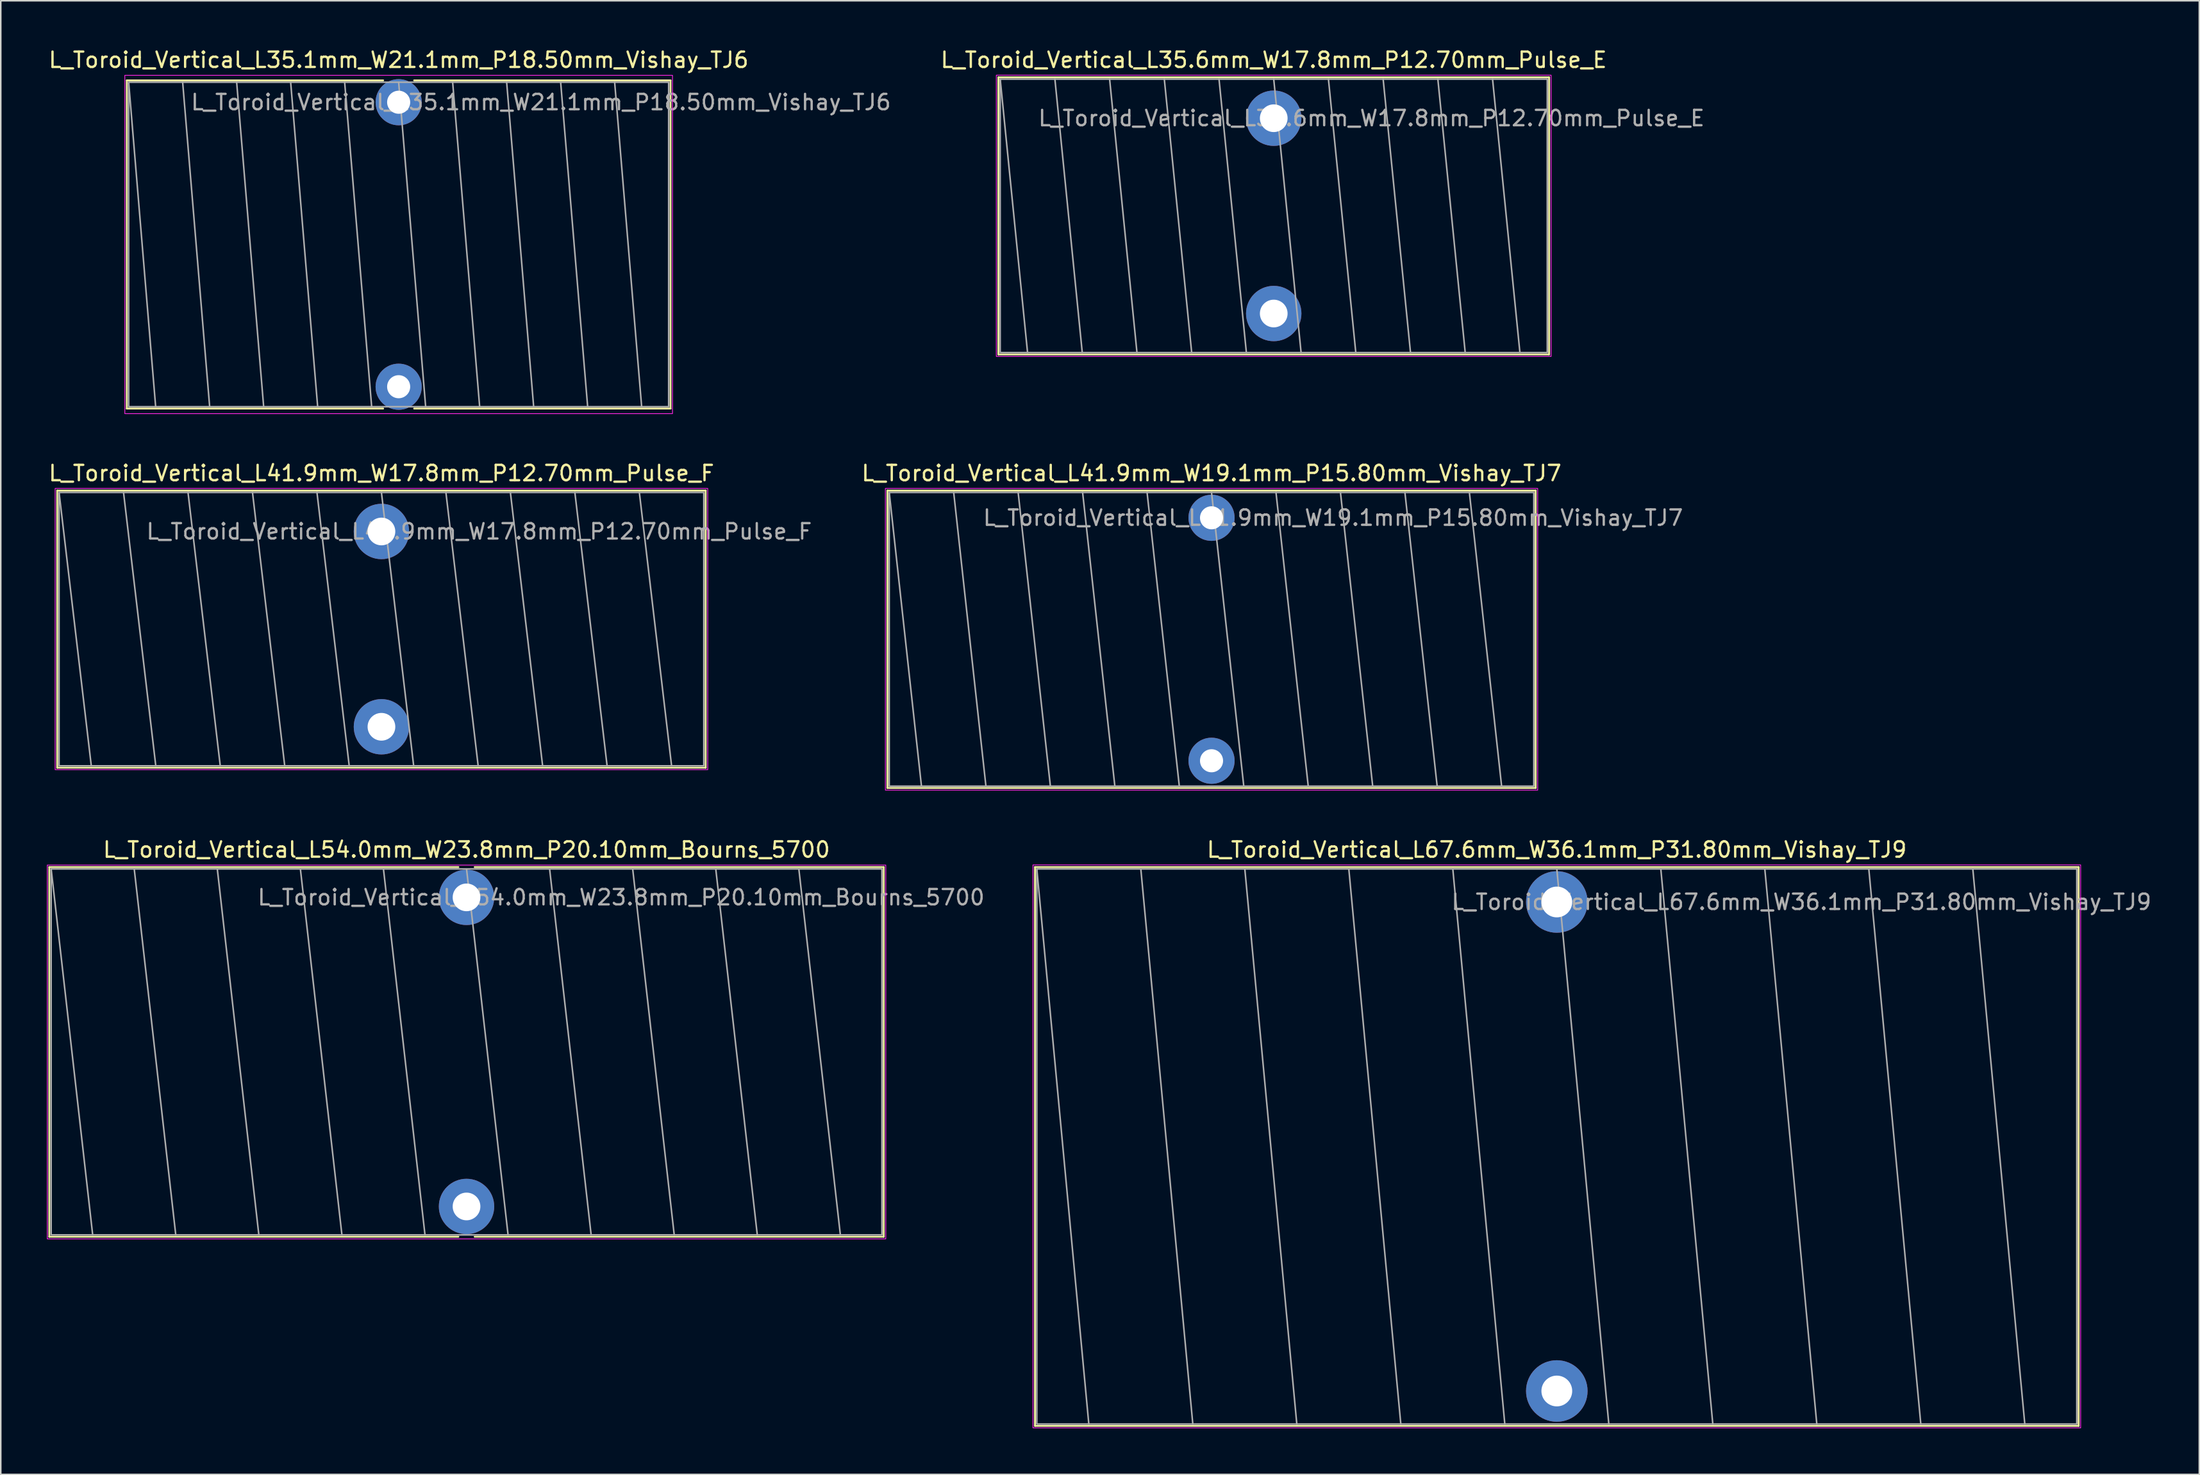
<source format=kicad_pcb>
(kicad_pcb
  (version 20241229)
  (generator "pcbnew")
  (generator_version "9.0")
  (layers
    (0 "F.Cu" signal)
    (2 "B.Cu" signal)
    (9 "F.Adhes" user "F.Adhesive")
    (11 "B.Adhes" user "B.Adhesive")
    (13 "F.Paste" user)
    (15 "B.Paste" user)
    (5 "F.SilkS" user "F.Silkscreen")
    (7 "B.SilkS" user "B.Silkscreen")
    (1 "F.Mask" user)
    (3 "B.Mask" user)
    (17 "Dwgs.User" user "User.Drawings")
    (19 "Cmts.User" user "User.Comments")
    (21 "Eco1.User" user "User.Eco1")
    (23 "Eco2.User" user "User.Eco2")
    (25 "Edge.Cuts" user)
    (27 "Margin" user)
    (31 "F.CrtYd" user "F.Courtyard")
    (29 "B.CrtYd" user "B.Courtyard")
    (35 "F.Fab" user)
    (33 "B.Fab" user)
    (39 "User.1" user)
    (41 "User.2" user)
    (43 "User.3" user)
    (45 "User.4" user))
  (footprint "L_Toroid_Vertical_L35.1mm_W21.1mm_P18.50mm_Vishay_TJ6"
    (layer "F.Cu")
    (at 22.863 3.598)
    (property "Reference" "L_Toroid_Vertical_L35.1mm_W21.1mm_P18.50mm_Vishay_TJ6" (at 0 -2.75 0) (layer "F.SilkS") (effects (font (size 1 1) (thickness 0.15))))
    (attr through_hole)
    (fp_line (start -17.67 -1.42) (end -1.006 -1.42) (stroke (width 0.12) (type solid)) (layer "F.SilkS"))
    (fp_line (start -17.67 19.92) (end -17.67 -1.42) (stroke (width 0.12) (type solid)) (layer "F.SilkS"))
    (fp_line (start -1.006 19.92) (end -17.67 19.92) (stroke (width 0.12) (type solid)) (layer "F.SilkS"))
    (fp_line (start 1.006 -1.42) (end 17.67 -1.42) (stroke (width 0.12) (type solid)) (layer "F.SilkS"))
    (fp_line (start 17.67 -1.42) (end 17.67 19.92) (stroke (width 0.12) (type solid)) (layer "F.SilkS"))
    (fp_line (start 17.67 19.92) (end 1.006 19.92) (stroke (width 0.12) (type solid)) (layer "F.SilkS"))
    (fp_rect (start -17.8 -1.75) (end 17.8 20.25) (stroke (width 0.05) (type solid)) (fill no) (layer "F.CrtYd"))
    (fp_line (start -17.55 -1.3) (end -15.795 19.8) (stroke (width 0.1) (type solid)) (layer "F.Fab"))
    (fp_line (start -14.04 -1.3) (end -12.285 19.8) (stroke (width 0.1) (type solid)) (layer "F.Fab"))
    (fp_line (start -10.53 -1.3) (end -8.775 19.8) (stroke (width 0.1) (type solid)) (layer "F.Fab"))
    (fp_line (start -7.02 -1.3) (end -5.265 19.8) (stroke (width 0.1) (type solid)) (layer "F.Fab"))
    (fp_line (start -3.51 -1.3) (end -1.755 19.8) (stroke (width 0.1) (type solid)) (layer "F.Fab"))
    (fp_line (start 0 -1.3) (end 1.755 19.8) (stroke (width 0.1) (type solid)) (layer "F.Fab"))
    (fp_line (start 3.51 -1.3) (end 5.265 19.8) (stroke (width 0.1) (type solid)) (layer "F.Fab"))
    (fp_line (start 7.02 -1.3) (end 8.775 19.8) (stroke (width 0.1) (type solid)) (layer "F.Fab"))
    (fp_line (start 10.53 -1.3) (end 12.285 19.8) (stroke (width 0.1) (type solid)) (layer "F.Fab"))
    (fp_line (start 14.04 -1.3) (end 15.795 19.8) (stroke (width 0.1) (type solid)) (layer "F.Fab"))
    (fp_rect (start -17.55 -1.3) (end 17.55 19.8) (stroke (width 0.1) (type solid)) (fill no) (layer "F.Fab"))
    (fp_text user "${REFERENCE}" (at 9.25 0 0) (layer "F.Fab") (effects (font (size 1 1) (thickness 0.15))))
    (pad "1" thru_hole circle (at 0 0) (size 3 3) (drill 1.5) (layers "*.Cu" "*.Mask"))
    (pad "2" thru_hole circle (at 0 18.5) (size 3 3) (drill 1.5) (layers "*.Cu" "*.Mask")))
  (footprint "L_Toroid_Vertical_L41.9mm_W17.8mm_P12.70mm_Pulse_F"
    (layer "F.Cu")
    (at 21.744 31.512)
    (property "Reference" "L_Toroid_Vertical_L41.9mm_W17.8mm_P12.70mm_Pulse_F" (at 0 -3.79 0) (layer "F.SilkS") (effects (font (size 1 1) (thickness 0.15))))
    (attr through_hole)
    (fp_line (start -21.075 -2.66) (end 21.075 -2.66) (stroke (width 0.12) (type solid)) (layer "F.SilkS"))
    (fp_line (start -21.075 15.36) (end -21.075 -2.66) (stroke (width 0.12) (type solid)) (layer "F.SilkS"))
    (fp_line (start 21.075 -2.66) (end 21.075 15.36) (stroke (width 0.12) (type solid)) (layer "F.SilkS"))
    (fp_line (start 21.075 15.36) (end -21.075 15.36) (stroke (width 0.12) (type solid)) (layer "F.SilkS"))
    (fp_rect (start -21.21 -2.8) (end 21.21 15.49) (stroke (width 0.05) (type solid)) (fill no) (layer "F.CrtYd"))
    (fp_line (start -20.955 -2.54) (end -18.86 15.24) (stroke (width 0.1) (type solid)) (layer "F.Fab"))
    (fp_line (start -16.764 -2.54) (end -14.668 15.24) (stroke (width 0.1) (type solid)) (layer "F.Fab"))
    (fp_line (start -12.573 -2.54) (end -10.477 15.24) (stroke (width 0.1) (type solid)) (layer "F.Fab"))
    (fp_line (start -8.382 -2.54) (end -6.287 15.24) (stroke (width 0.1) (type solid)) (layer "F.Fab"))
    (fp_line (start -4.191 -2.54) (end -2.095 15.24) (stroke (width 0.1) (type solid)) (layer "F.Fab"))
    (fp_line (start 0 -2.54) (end 2.095 15.24) (stroke (width 0.1) (type solid)) (layer "F.Fab"))
    (fp_line (start 4.191 -2.54) (end 6.287 15.24) (stroke (width 0.1) (type solid)) (layer "F.Fab"))
    (fp_line (start 8.382 -2.54) (end 10.477 15.24) (stroke (width 0.1) (type solid)) (layer "F.Fab"))
    (fp_line (start 12.573 -2.54) (end 14.668 15.24) (stroke (width 0.1) (type solid)) (layer "F.Fab"))
    (fp_line (start 16.764 -2.54) (end 18.86 15.24) (stroke (width 0.1) (type solid)) (layer "F.Fab"))
    (fp_rect (start -20.955 -2.54) (end 20.955 15.24) (stroke (width 0.1) (type solid)) (fill no) (layer "F.Fab"))
    (fp_text user "${REFERENCE}" (at 6.35 0 0) (layer "F.Fab") (effects (font (size 1 1) (thickness 0.15))))
    (pad "1" thru_hole circle (at 0 0) (size 3.6 3.6) (drill 1.8) (layers "*.Cu" "*.Mask"))
    (pad "2" thru_hole circle (at 0 12.7) (size 3.6 3.6) (drill 1.8) (layers "*.Cu" "*.Mask")))
  (footprint "L_Toroid_Vertical_L67.6mm_W36.1mm_P31.80mm_Vishay_TJ9"
    (layer "F.Cu")
    (at 98.144 55.605)
    (property "Reference" "L_Toroid_Vertical_L67.6mm_W36.1mm_P31.80mm_Vishay_TJ9" (at 0 -3.4 0) (layer "F.SilkS") (effects (font (size 1 1) (thickness 0.15))))
    (attr through_hole)
    (fp_line (start -33.92 -2.27) (end 33.92 -2.27) (stroke (width 0.12) (type solid)) (layer "F.SilkS"))
    (fp_line (start -33.92 34.07) (end -33.92 -2.27) (stroke (width 0.12) (type solid)) (layer "F.SilkS"))
    (fp_line (start 33.92 -2.27) (end 33.92 34.07) (stroke (width 0.12) (type solid)) (layer "F.SilkS"))
    (fp_line (start 33.92 34.07) (end -33.92 34.07) (stroke (width 0.12) (type solid)) (layer "F.SilkS"))
    (fp_rect (start -34.05 -2.41) (end 34.05 34.2) (stroke (width 0.05) (type solid)) (fill no) (layer "F.CrtYd"))
    (fp_line (start -33.8 -2.15) (end -30.42 33.95) (stroke (width 0.1) (type solid)) (layer "F.Fab"))
    (fp_line (start -27.04 -2.15) (end -23.66 33.95) (stroke (width 0.1) (type solid)) (layer "F.Fab"))
    (fp_line (start -20.28 -2.15) (end -16.9 33.95) (stroke (width 0.1) (type solid)) (layer "F.Fab"))
    (fp_line (start -13.52 -2.15) (end -10.14 33.95) (stroke (width 0.1) (type solid)) (layer "F.Fab"))
    (fp_line (start -6.76 -2.15) (end -3.38 33.95) (stroke (width 0.1) (type solid)) (layer "F.Fab"))
    (fp_line (start 0 -2.15) (end 3.38 33.95) (stroke (width 0.1) (type solid)) (layer "F.Fab"))
    (fp_line (start 6.76 -2.15) (end 10.14 33.95) (stroke (width 0.1) (type solid)) (layer "F.Fab"))
    (fp_line (start 13.52 -2.15) (end 16.9 33.95) (stroke (width 0.1) (type solid)) (layer "F.Fab"))
    (fp_line (start 20.28 -2.15) (end 23.66 33.95) (stroke (width 0.1) (type solid)) (layer "F.Fab"))
    (fp_line (start 27.04 -2.15) (end 30.42 33.95) (stroke (width 0.1) (type solid)) (layer "F.Fab"))
    (fp_rect (start -33.8 -2.15) (end 33.8 33.95) (stroke (width 0.1) (type solid)) (fill no) (layer "F.Fab"))
    (fp_text user "${REFERENCE}" (at 15.9 0 0) (layer "F.Fab") (effects (font (size 1 1) (thickness 0.15))))
    (pad "1" thru_hole circle (at 0 0) (size 4 4) (drill 2) (layers "*.Cu" "*.Mask"))
    (pad "2" thru_hole circle (at 0 31.8) (size 4 4) (drill 2) (layers "*.Cu" "*.Mask")))
  (footprint "L_Toroid_Vertical_L41.9mm_W19.1mm_P15.80mm_Vishay_TJ7"
    (layer "F.Cu")
    (at 75.701 30.622)
    (property "Reference" "L_Toroid_Vertical_L41.9mm_W19.1mm_P15.80mm_Vishay_TJ7" (at 0 -2.9 0) (layer "F.SilkS") (effects (font (size 1 1) (thickness 0.15))))
    (attr through_hole)
    (fp_line (start -21.07 -1.77) (end 21.07 -1.77) (stroke (width 0.12) (type solid)) (layer "F.SilkS"))
    (fp_line (start -21.07 17.57) (end -21.07 -1.77) (stroke (width 0.12) (type solid)) (layer "F.SilkS"))
    (fp_line (start 21.07 -1.77) (end 21.07 17.57) (stroke (width 0.12) (type solid)) (layer "F.SilkS"))
    (fp_line (start 21.07 17.57) (end -21.07 17.57) (stroke (width 0.12) (type solid)) (layer "F.SilkS"))
    (fp_rect (start -21.2 -1.91) (end 21.2 17.71) (stroke (width 0.05) (type solid)) (fill no) (layer "F.CrtYd"))
    (fp_line (start -20.95 -1.65) (end -18.855 17.45) (stroke (width 0.1) (type solid)) (layer "F.Fab"))
    (fp_line (start -16.76 -1.65) (end -14.665 17.45) (stroke (width 0.1) (type solid)) (layer "F.Fab"))
    (fp_line (start -12.57 -1.65) (end -10.475 17.45) (stroke (width 0.1) (type solid)) (layer "F.Fab"))
    (fp_line (start -8.38 -1.65) (end -6.285 17.45) (stroke (width 0.1) (type solid)) (layer "F.Fab"))
    (fp_line (start -4.19 -1.65) (end -2.095 17.45) (stroke (width 0.1) (type solid)) (layer "F.Fab"))
    (fp_line (start 0 -1.65) (end 2.095 17.45) (stroke (width 0.1) (type solid)) (layer "F.Fab"))
    (fp_line (start 4.19 -1.65) (end 6.285 17.45) (stroke (width 0.1) (type solid)) (layer "F.Fab"))
    (fp_line (start 8.38 -1.65) (end 10.475 17.45) (stroke (width 0.1) (type solid)) (layer "F.Fab"))
    (fp_line (start 12.57 -1.65) (end 14.665 17.45) (stroke (width 0.1) (type solid)) (layer "F.Fab"))
    (fp_line (start 16.76 -1.65) (end 18.855 17.45) (stroke (width 0.1) (type solid)) (layer "F.Fab"))
    (fp_rect (start -20.95 -1.65) (end 20.95 17.45) (stroke (width 0.1) (type solid)) (fill no) (layer "F.Fab"))
    (fp_text user "${REFERENCE}" (at 7.9 0 0) (layer "F.Fab") (effects (font (size 1 1) (thickness 0.15))))
    (pad "1" thru_hole circle (at 0 0) (size 3 3) (drill 1.5) (layers "*.Cu" "*.Mask"))
    (pad "2" thru_hole circle (at 0 15.8) (size 3 3) (drill 1.5) (layers "*.Cu" "*.Mask")))
  (footprint "L_Toroid_Vertical_L54.0mm_W23.8mm_P20.10mm_Bourns_5700"
    (layer "F.Cu")
    (at 27.275 55.305)
    (property "Reference" "L_Toroid_Vertical_L54.0mm_W23.8mm_P20.10mm_Bourns_5700" (at 0 -3.1 0) (layer "F.SilkS") (effects (font (size 1 1) (thickness 0.15))))
    (attr through_hole)
    (fp_line (start -27.12 -1.97) (end -0.53 -1.97) (stroke (width 0.12) (type solid)) (layer "F.SilkS"))
    (fp_line (start -27.12 22.07) (end -27.12 -1.97) (stroke (width 0.12) (type solid)) (layer "F.SilkS"))
    (fp_line (start -0.53 22.07) (end -27.12 22.07) (stroke (width 0.12) (type solid)) (layer "F.SilkS"))
    (fp_line (start 0.53 -1.97) (end 27.12 -1.97) (stroke (width 0.12) (type solid)) (layer "F.SilkS"))
    (fp_line (start 27.12 -1.97) (end 27.12 22.07) (stroke (width 0.12) (type solid)) (layer "F.SilkS"))
    (fp_line (start 27.12 22.07) (end 0.53 22.07) (stroke (width 0.12) (type solid)) (layer "F.SilkS"))
    (fp_rect (start -27.25 -2.1) (end 27.25 22.21) (stroke (width 0.05) (type solid)) (fill no) (layer "F.CrtYd"))
    (fp_line (start -27 -1.85) (end -24.3 21.95) (stroke (width 0.1) (type solid)) (layer "F.Fab"))
    (fp_line (start -21.6 -1.85) (end -18.9 21.95) (stroke (width 0.1) (type solid)) (layer "F.Fab"))
    (fp_line (start -16.2 -1.85) (end -13.5 21.95) (stroke (width 0.1) (type solid)) (layer "F.Fab"))
    (fp_line (start -10.8 -1.85) (end -8.1 21.95) (stroke (width 0.1) (type solid)) (layer "F.Fab"))
    (fp_line (start -5.4 -1.85) (end -2.7 21.95) (stroke (width 0.1) (type solid)) (layer "F.Fab"))
    (fp_line (start 0 -1.85) (end 2.7 21.95) (stroke (width 0.1) (type solid)) (layer "F.Fab"))
    (fp_line (start 5.4 -1.85) (end 8.1 21.95) (stroke (width 0.1) (type solid)) (layer "F.Fab"))
    (fp_line (start 10.8 -1.85) (end 13.5 21.95) (stroke (width 0.1) (type solid)) (layer "F.Fab"))
    (fp_line (start 16.2 -1.85) (end 18.9 21.95) (stroke (width 0.1) (type solid)) (layer "F.Fab"))
    (fp_line (start 21.6 -1.85) (end 24.3 21.95) (stroke (width 0.1) (type solid)) (layer "F.Fab"))
    (fp_rect (start -27 -1.85) (end 27 21.95) (stroke (width 0.1) (type solid)) (fill no) (layer "F.Fab"))
    (fp_text user "${REFERENCE}" (at 10.05 0 0) (layer "F.Fab") (effects (font (size 1 1) (thickness 0.15))))
    (pad "1" thru_hole circle (at 0 0) (size 3.6 3.6) (drill 1.8) (layers "*.Cu" "*.Mask"))
    (pad "2" thru_hole circle (at 0 20.1) (size 3.6 3.6) (drill 1.8) (layers "*.Cu" "*.Mask")))
  (footprint "L_Toroid_Vertical_L35.6mm_W17.8mm_P12.70mm_Pulse_E"
    (layer "F.Cu")
    (at 79.744 4.638)
    (property "Reference" "L_Toroid_Vertical_L35.6mm_W17.8mm_P12.70mm_Pulse_E" (at 0 -3.79 0) (layer "F.SilkS") (effects (font (size 1 1) (thickness 0.15))))
    (attr through_hole)
    (fp_line (start -17.9 -2.66) (end 17.9 -2.66) (stroke (width 0.12) (type solid)) (layer "F.SilkS"))
    (fp_line (start -17.9 15.36) (end -17.9 -2.66) (stroke (width 0.12) (type solid)) (layer "F.SilkS"))
    (fp_line (start 17.9 -2.66) (end 17.9 15.36) (stroke (width 0.12) (type solid)) (layer "F.SilkS"))
    (fp_line (start 17.9 15.36) (end -17.9 15.36) (stroke (width 0.12) (type solid)) (layer "F.SilkS"))
    (fp_rect (start -18.03 -2.8) (end 18.03 15.49) (stroke (width 0.05) (type solid)) (fill no) (layer "F.CrtYd"))
    (fp_line (start -17.78 -2.54) (end -16.002 15.24) (stroke (width 0.1) (type solid)) (layer "F.Fab"))
    (fp_line (start -14.224 -2.54) (end -12.446 15.24) (stroke (width 0.1) (type solid)) (layer "F.Fab"))
    (fp_line (start -10.668 -2.54) (end -8.89 15.24) (stroke (width 0.1) (type solid)) (layer "F.Fab"))
    (fp_line (start -7.112 -2.54) (end -5.334 15.24) (stroke (width 0.1) (type solid)) (layer "F.Fab"))
    (fp_line (start -3.556 -2.54) (end -1.778 15.24) (stroke (width 0.1) (type solid)) (layer "F.Fab"))
    (fp_line (start 0 -2.54) (end 1.778 15.24) (stroke (width 0.1) (type solid)) (layer "F.Fab"))
    (fp_line (start 3.556 -2.54) (end 5.334 15.24) (stroke (width 0.1) (type solid)) (layer "F.Fab"))
    (fp_line (start 7.112 -2.54) (end 8.89 15.24) (stroke (width 0.1) (type solid)) (layer "F.Fab"))
    (fp_line (start 10.668 -2.54) (end 12.446 15.24) (stroke (width 0.1) (type solid)) (layer "F.Fab"))
    (fp_line (start 14.224 -2.54) (end 16.002 15.24) (stroke (width 0.1) (type solid)) (layer "F.Fab"))
    (fp_rect (start -17.78 -2.54) (end 17.78 15.24) (stroke (width 0.1) (type solid)) (fill no) (layer "F.Fab"))
    (fp_text user "${REFERENCE}" (at 6.35 0 0) (layer "F.Fab") (effects (font (size 1 1) (thickness 0.15))))
    (pad "1" thru_hole circle (at 0 0) (size 3.6 3.6) (drill 1.8) (layers "*.Cu" "*.Mask"))
    (pad "2" thru_hole circle (at 0 12.7) (size 3.6 3.6) (drill 1.8) (layers "*.Cu" "*.Mask")))
  (gr_rect
    (start -3 -3)
    (end 139.907 92.83)
    (stroke (width 0.1) (type default))
    (fill no)
    (layer "Edge.Cuts")))
</source>
